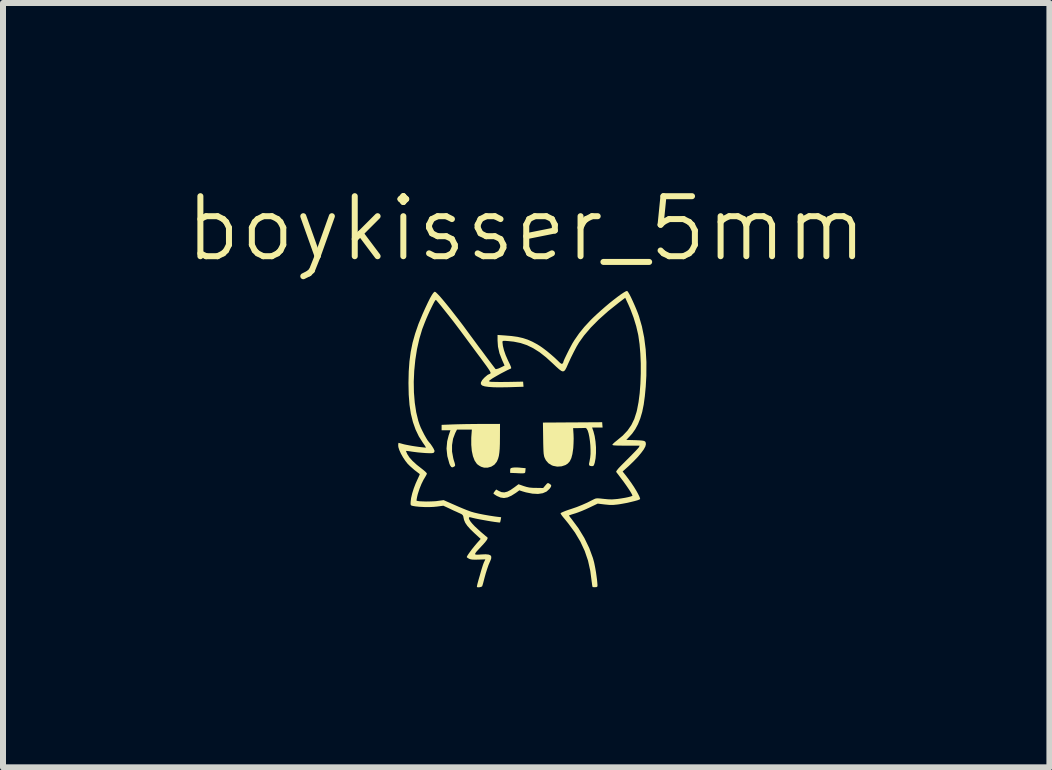
<source format=kicad_pcb>
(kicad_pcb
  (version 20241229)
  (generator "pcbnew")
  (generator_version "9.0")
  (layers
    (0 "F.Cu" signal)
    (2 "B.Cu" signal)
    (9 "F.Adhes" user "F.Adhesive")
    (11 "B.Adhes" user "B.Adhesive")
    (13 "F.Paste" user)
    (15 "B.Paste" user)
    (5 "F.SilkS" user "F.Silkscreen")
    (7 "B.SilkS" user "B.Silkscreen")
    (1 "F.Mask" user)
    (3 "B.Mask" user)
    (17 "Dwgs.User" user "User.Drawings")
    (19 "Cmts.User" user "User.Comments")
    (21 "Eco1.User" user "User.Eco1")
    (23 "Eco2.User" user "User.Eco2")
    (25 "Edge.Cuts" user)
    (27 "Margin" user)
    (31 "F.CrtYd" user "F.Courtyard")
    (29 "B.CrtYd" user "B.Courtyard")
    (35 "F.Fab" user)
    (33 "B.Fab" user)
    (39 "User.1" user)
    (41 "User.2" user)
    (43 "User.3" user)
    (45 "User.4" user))
  (footprint "boykisser_5mm"
    (layer "F.Cu")
    (at 5.717 4.261)
    (property "Reference" "boykisser_5mm" (at 0 -3.5 0) (unlocked yes) (layer "F.SilkS") (effects (font (size 1 1) (thickness 0.1))))
    (attr smd)
    (fp_poly (pts (xy 1.223 0.542) (xy 1.238 0.559) (xy 1.245 0.571) (xy 1.246 0.582) (xy 1.239 0.597) (xy 1.222 0.618) (xy 1.192 0.65) (xy 1.15 0.693) (xy 1.108 0.734) (xy 1.072 0.767) (xy 1.043 0.791) (xy 1.026 0.801) (xy 1.025 0.801) (xy 1.001 0.795) (xy 0.985 0.786) (xy 0.969 0.763) (xy 0.958 0.728) (xy 0.957 0.721) (xy 0.95 0.671) (xy 0.901 0.707) (xy 0.865 0.731) (xy 0.843 0.741) (xy 0.828 0.737) (xy 0.817 0.721) (xy 0.816 0.721) (xy 0.807 0.699) (xy 0.808 0.68) (xy 0.822 0.66) (xy 0.851 0.635) (xy 0.892 0.606) (xy 0.949 0.569) (xy 0.991 0.549) (xy 1.02 0.547) (xy 1.039 0.561) (xy 1.048 0.593) (xy 1.049 0.623) (xy 1.049 0.664) (xy 1.12 0.599) (xy 1.154 0.568) (xy 1.184 0.546) (xy 1.203 0.534) (xy 1.206 0.533)) (stroke (width 0) (type solid)) (fill yes) (layer "F.Mask"))
    (fp_poly (pts (xy -1.322 0.559) (xy -1.303 0.562) (xy -1.293 0.57) (xy -1.29 0.589) (xy -1.291 0.625) (xy -1.292 0.629) (xy -1.293 0.665) (xy -1.291 0.69) (xy -1.289 0.696) (xy -1.276 0.692) (xy -1.248 0.679) (xy -1.21 0.66) (xy -1.194 0.653) (xy -1.151 0.632) (xy -1.124 0.62) (xy -1.107 0.617) (xy -1.097 0.622) (xy -1.089 0.632) (xy -1.077 0.652) (xy -1.074 0.669) (xy -1.084 0.686) (xy -1.109 0.705) (xy -1.15 0.729) (xy -1.207 0.758) (xy -1.259 0.783) (xy -1.306 0.804) (xy -1.342 0.819) (xy -1.363 0.825) (xy -1.364 0.825) (xy -1.387 0.815) (xy -1.401 0.796) (xy -1.407 0.764) (xy -1.4 0.731) (xy -1.39 0.696) (xy -1.389 0.677) (xy -1.401 0.675) (xy -1.426 0.688) (xy -1.468 0.718) (xy -1.47 0.72) (xy -1.532 0.766) (xy -1.562 0.736) (xy -1.591 0.706) (xy -1.545 0.666) (xy -1.502 0.633) (xy -1.452 0.603) (xy -1.401 0.579) (xy -1.356 0.563) (xy -1.322 0.559)) (stroke (width 0) (type solid)) (fill yes) (layer "F.Mask"))
    (fp_poly (pts (xy -0.149 0.477) (xy -0.1 0.48) (xy -0.098 0.481) (xy -0.01 0.489) (xy -0.014 0.531) (xy -0.016 0.55) (xy -0.019 0.563) (xy -0.029 0.571) (xy -0.048 0.574) (xy -0.082 0.575) (xy -0.132 0.573) (xy -0.166 0.571) (xy -0.268 0.567) (xy -0.268 0.528) (xy -0.266 0.5) (xy -0.254 0.487) (xy -0.227 0.48) (xy -0.195 0.477)) (stroke (width 0) (type solid)) (fill yes) (layer "F.SilkS"))
    (fp_poly (pts (xy 0.372 0.739) (xy 0.389 0.749) (xy 0.411 0.766) (xy 0.417 0.782) (xy 0.409 0.803) (xy 0.388 0.833) (xy 0.339 0.878) (xy 0.275 0.906) (xy 0.196 0.918) (xy 0.103 0.913) (xy -0.004 0.892) (xy -0.06 0.876) (xy -0.115 0.858) (xy -0.172 0.9) (xy -0.247 0.947) (xy -0.312 0.976) (xy -0.371 0.986) (xy -0.428 0.978) (xy -0.486 0.953) (xy -0.487 0.953) (xy -0.519 0.933) (xy -0.541 0.917) (xy -0.547 0.909) (xy -0.54 0.895) (xy -0.524 0.873) (xy -0.524 0.872) (xy -0.5 0.844) (xy -0.455 0.869) (xy -0.411 0.888) (xy -0.365 0.892) (xy -0.316 0.88) (xy -0.26 0.851) (xy -0.194 0.805) (xy -0.19 0.802) (xy -0.129 0.756) (xy -0.044 0.786) (xy 0.005 0.801) (xy 0.052 0.811) (xy 0.105 0.816) (xy 0.161 0.817) (xy 0.282 0.819) (xy 0.32 0.774) (xy 0.343 0.748) (xy 0.358 0.737)) (stroke (width 0) (type solid)) (fill yes) (layer "F.SilkS"))
    (fp_poly (pts (xy -0.438 -0.018) (xy -0.439 0.083) (xy -0.442 0.165) (xy -0.448 0.231) (xy -0.456 0.284) (xy -0.468 0.328) (xy -0.484 0.367) (xy -0.494 0.386) (xy -0.531 0.431) (xy -0.582 0.463) (xy -0.642 0.48) (xy -0.703 0.48) (xy -0.752 0.465) (xy -0.788 0.444) (xy -0.819 0.421) (xy -0.824 0.415) (xy -0.86 0.362) (xy -0.888 0.289) (xy -0.907 0.201) (xy -0.916 0.1) (xy -0.916 -0.01) (xy -0.915 -0.035) (xy -0.906 -0.154) (xy -1.03 -0.154) (xy -1.154 -0.154) (xy -1.183 -0.097) (xy -1.219 -0.002) (xy -1.236 0.103) (xy -1.236 0.213) (xy -1.216 0.322) (xy -1.208 0.353) (xy -1.193 0.399) (xy -1.186 0.428) (xy -1.185 0.445) (xy -1.191 0.455) (xy -1.197 0.46) (xy -1.225 0.475) (xy -1.248 0.47) (xy -1.267 0.444) (xy -1.28 0.414) (xy -1.315 0.288) (xy -1.328 0.163) (xy -1.317 0.04) (xy -1.292 -0.058) (xy -1.263 -0.143) (xy -1.337 -0.143) (xy -1.41 -0.143) (xy -1.41 -0.188) (xy -1.41 -0.233) (xy -1.233 -0.24) (xy -1.17 -0.242) (xy -1.089 -0.244) (xy -0.997 -0.246) (xy -0.899 -0.247) (xy -0.801 -0.248) (xy -0.746 -0.248) (xy -0.437 -0.249)) (stroke (width 0) (type solid)) (fill yes) (layer "F.SilkS"))
    (fp_poly (pts (xy 1.268 -0.233) (xy 1.272 -0.189) (xy 1.184 -0.189) (xy 1.097 -0.189) (xy 1.12 -0.124) (xy 1.14 -0.046) (xy 1.154 0.045) (xy 1.162 0.141) (xy 1.162 0.237) (xy 1.155 0.325) (xy 1.141 0.399) (xy 1.139 0.405) (xy 1.128 0.437) (xy 1.116 0.452) (xy 1.098 0.455) (xy 1.09 0.455) (xy 1.062 0.45) (xy 1.047 0.438) (xy 1.046 0.413) (xy 1.055 0.372) (xy 1.055 0.37) (xy 1.065 0.316) (xy 1.071 0.252) (xy 1.071 0.181) (xy 1.068 0.108) (xy 1.061 0.036) (xy 1.051 -0.031) (xy 1.039 -0.09) (xy 1.024 -0.138) (xy 1.007 -0.169) (xy 0.989 -0.182) (xy 0.987 -0.182) (xy 0.966 -0.181) (xy 0.93 -0.18) (xy 0.884 -0.179) (xy 0.874 -0.179) (xy 0.781 -0.178) (xy 0.788 -0.07) (xy 0.79 -0.004) (xy 0.788 0.072) (xy 0.784 0.147) (xy 0.782 0.166) (xy 0.769 0.254) (xy 0.751 0.322) (xy 0.726 0.374) (xy 0.693 0.411) (xy 0.653 0.437) (xy 0.589 0.458) (xy 0.517 0.463) (xy 0.449 0.45) (xy 0.425 0.441) (xy 0.369 0.406) (xy 0.327 0.357) (xy 0.307 0.317) (xy 0.3 0.299) (xy 0.295 0.276) (xy 0.29 0.245) (xy 0.287 0.203) (xy 0.285 0.146) (xy 0.283 0.072) (xy 0.282 0) (xy 0.278 -0.271) (xy 0.62 -0.273) (xy 0.716 -0.274) (xy 0.814 -0.274) (xy 0.907 -0.275) (xy 0.991 -0.275) (xy 1.062 -0.276) (xy 1.113 -0.276) (xy 1.265 -0.277)) (stroke (width 0) (type solid)) (fill yes) (layer "F.SilkS"))
    (fp_poly (pts (xy 1.683 -2.463) (xy 1.698 -2.444) (xy 1.72 -2.407) (xy 1.746 -2.356) (xy 1.774 -2.296) (xy 1.804 -2.229) (xy 1.833 -2.161) (xy 1.859 -2.096) (xy 1.878 -2.043) (xy 1.927 -1.873) (xy 1.965 -1.687) (xy 1.99 -1.489) (xy 2.002 -1.281) (xy 2.001 -1.067) (xy 2.001 -1.052) (xy 1.991 -0.871) (xy 1.976 -0.712) (xy 1.957 -0.571) (xy 1.932 -0.448) (xy 1.9 -0.34) (xy 1.862 -0.245) (xy 1.817 -0.161) (xy 1.764 -0.086) (xy 1.722 -0.04) (xy 1.667 0.018) (xy 1.819 0.022) (xy 1.886 0.025) (xy 1.933 0.029) (xy 1.964 0.035) (xy 1.982 0.046) (xy 1.99 0.061) (xy 1.993 0.084) (xy 1.993 0.092) (xy 1.984 0.128) (xy 1.958 0.176) (xy 1.915 0.234) (xy 1.859 0.301) (xy 1.789 0.374) (xy 1.707 0.453) (xy 1.686 0.472) (xy 1.606 0.544) (xy 1.664 0.617) (xy 1.709 0.677) (xy 1.754 0.74) (xy 1.796 0.803) (xy 1.833 0.863) (xy 1.863 0.917) (xy 1.885 0.961) (xy 1.896 0.991) (xy 1.897 1.003) (xy 1.883 1.012) (xy 1.851 1.024) (xy 1.804 1.037) (xy 1.747 1.051) (xy 1.684 1.066) (xy 1.619 1.078) (xy 1.557 1.089) (xy 1.521 1.094) (xy 1.451 1.101) (xy 1.386 1.101) (xy 1.314 1.094) (xy 1.303 1.093) (xy 1.191 1.079) (xy 1.059 1.142) (xy 0.995 1.172) (xy 0.927 1.201) (xy 0.862 1.226) (xy 0.822 1.24) (xy 0.776 1.254) (xy 0.739 1.266) (xy 0.717 1.274) (xy 0.712 1.276) (xy 0.717 1.285) (xy 0.733 1.308) (xy 0.754 1.334) (xy 0.87 1.49) (xy 0.969 1.653) (xy 1.05 1.82) (xy 1.111 1.986) (xy 1.13 2.055) (xy 1.14 2.102) (xy 1.151 2.159) (xy 1.162 2.222) (xy 1.171 2.286) (xy 1.179 2.346) (xy 1.184 2.398) (xy 1.187 2.437) (xy 1.186 2.458) (xy 1.186 2.459) (xy 1.17 2.47) (xy 1.133 2.472) (xy 1.106 2.469) (xy 1.102 2.458) (xy 1.097 2.43) (xy 1.092 2.389) (xy 1.091 2.384) (xy 1.067 2.2) (xy 1.029 2.029) (xy 0.974 1.868) (xy 0.902 1.713) (xy 0.811 1.56) (xy 0.699 1.408) (xy 0.639 1.334) (xy 0.608 1.297) (xy 0.585 1.266) (xy 0.573 1.245) (xy 0.571 1.24) (xy 0.582 1.232) (xy 0.611 1.218) (xy 0.655 1.2) (xy 0.711 1.18) (xy 0.743 1.17) (xy 0.842 1.136) (xy 0.929 1.101) (xy 1.015 1.063) (xy 1.108 1.016) (xy 1.128 1.006) (xy 1.148 0.997) (xy 1.168 0.992) (xy 1.195 0.991) (xy 1.234 0.994) (xy 1.289 1) (xy 1.364 1.007) (xy 1.428 1.009) (xy 1.494 1.004) (xy 1.525 1.001) (xy 1.586 0.992) (xy 1.646 0.982) (xy 1.699 0.971) (xy 1.74 0.96) (xy 1.765 0.951) (xy 1.769 0.948) (xy 1.766 0.936) (xy 1.751 0.907) (xy 1.727 0.867) (xy 1.694 0.817) (xy 1.656 0.762) (xy 1.614 0.703) (xy 1.592 0.675) (xy 1.559 0.631) (xy 1.53 0.592) (xy 1.508 0.564) (xy 1.499 0.551) (xy 1.5 0.54) (xy 1.513 0.521) (xy 1.538 0.49) (xy 1.578 0.448) (xy 1.634 0.392) (xy 1.675 0.351) (xy 1.73 0.296) (xy 1.78 0.245) (xy 1.822 0.202) (xy 1.854 0.167) (xy 1.873 0.145) (xy 1.876 0.14) (xy 1.889 0.114) (xy 1.661 0.114) (xy 1.579 0.113) (xy 1.518 0.112) (xy 1.475 0.11) (xy 1.448 0.107) (xy 1.436 0.102) (xy 1.434 0.099) (xy 1.443 0.086) (xy 1.466 0.063) (xy 1.499 0.036) (xy 1.507 0.03) (xy 1.608 -0.054) (xy 1.688 -0.139) (xy 1.751 -0.23) (xy 1.8 -0.331) (xy 1.837 -0.446) (xy 1.846 -0.483) (xy 1.871 -0.613) (xy 1.89 -0.761) (xy 1.902 -0.921) (xy 1.908 -1.088) (xy 1.908 -1.256) (xy 1.901 -1.42) (xy 1.888 -1.576) (xy 1.868 -1.717) (xy 1.864 -1.739) (xy 1.832 -1.876) (xy 1.788 -2.02) (xy 1.735 -2.161) (xy 1.703 -2.234) (xy 1.649 -2.35) (xy 1.544 -2.27) (xy 1.366 -2.128) (xy 1.21 -1.989) (xy 1.075 -1.853) (xy 0.962 -1.72) (xy 0.879 -1.604) (xy 0.838 -1.535) (xy 0.793 -1.449) (xy 0.745 -1.353) (xy 0.699 -1.253) (xy 0.693 -1.239) (xy 0.67 -1.187) (xy 0.65 -1.15) (xy 0.631 -1.129) (xy 0.609 -1.123) (xy 0.582 -1.133) (xy 0.547 -1.159) (xy 0.5 -1.201) (xy 0.445 -1.253) (xy 0.33 -1.358) (xy 0.222 -1.443) (xy 0.117 -1.509) (xy 0.013 -1.56) (xy -0.094 -1.596) (xy -0.208 -1.619) (xy -0.294 -1.628) (xy -0.343 -1.632) (xy -0.373 -1.633) (xy -0.389 -1.63) (xy -0.395 -1.623) (xy -0.396 -1.61) (xy -0.396 -1.609) (xy -0.389 -1.549) (xy -0.371 -1.476) (xy -0.343 -1.395) (xy -0.307 -1.313) (xy -0.301 -1.3) (xy -0.274 -1.245) (xy -0.258 -1.208) (xy -0.251 -1.185) (xy -0.252 -1.174) (xy -0.256 -1.171) (xy -0.281 -1.16) (xy -0.321 -1.141) (xy -0.371 -1.115) (xy -0.425 -1.087) (xy -0.478 -1.057) (xy -0.525 -1.03) (xy -0.562 -1.008) (xy -0.569 -1.003) (xy -0.602 -0.98) (xy -0.618 -0.967) (xy -0.618 -0.959) (xy -0.607 -0.953) (xy -0.605 -0.953) (xy -0.586 -0.95) (xy -0.547 -0.949) (xy -0.492 -0.948) (xy -0.426 -0.947) (xy -0.351 -0.948) (xy -0.315 -0.948) (xy -0.052 -0.953) (xy -0.049 -0.911) (xy -0.045 -0.868) (xy -0.294 -0.86) (xy -0.427 -0.858) (xy -0.537 -0.859) (xy -0.625 -0.865) (xy -0.69 -0.874) (xy -0.733 -0.888) (xy -0.735 -0.889) (xy -0.756 -0.911) (xy -0.755 -0.941) (xy -0.734 -0.979) (xy -0.699 -1.018) (xy -0.667 -1.046) (xy -0.641 -1.067) (xy -0.625 -1.075) (xy -0.624 -1.075) (xy -0.604 -1.084) (xy -0.595 -1.092) (xy -0.594 -1.1) (xy -0.599 -1.115) (xy -0.612 -1.139) (xy -0.635 -1.174) (xy -0.668 -1.221) (xy -0.713 -1.282) (xy -0.77 -1.36) (xy -0.778 -1.37) (xy -0.837 -1.449) (xy -0.898 -1.532) (xy -0.959 -1.614) (xy -1.015 -1.69) (xy -1.064 -1.756) (xy -1.092 -1.794) (xy -1.126 -1.839) (xy -1.168 -1.895) (xy -1.216 -1.958) (xy -1.268 -2.024) (xy -1.321 -2.091) (xy -1.372 -2.155) (xy -1.418 -2.213) (xy -1.458 -2.261) (xy -1.488 -2.297) (xy -1.504 -2.315) (xy -1.513 -2.31) (xy -1.529 -2.286) (xy -1.55 -2.247) (xy -1.576 -2.195) (xy -1.605 -2.135) (xy -1.635 -2.069) (xy -1.665 -2) (xy -1.693 -1.931) (xy -1.718 -1.866) (xy -1.733 -1.827) (xy -1.781 -1.666) (xy -1.82 -1.494) (xy -1.848 -1.315) (xy -1.866 -1.133) (xy -1.874 -0.951) (xy -1.871 -0.773) (xy -1.857 -0.602) (xy -1.833 -0.443) (xy -1.798 -0.299) (xy -1.778 -0.24) (xy -1.758 -0.189) (xy -1.73 -0.131) (xy -1.7 -0.072) (xy -1.669 -0.017) (xy -1.642 0.027) (xy -1.624 0.05) (xy -1.593 0.087) (xy -1.565 0.128) (xy -1.542 0.166) (xy -1.529 0.196) (xy -1.527 0.205) (xy -1.537 0.228) (xy -1.552 0.236) (xy -1.576 0.239) (xy -1.619 0.239) (xy -1.674 0.237) (xy -1.738 0.232) (xy -1.805 0.226) (xy -1.869 0.218) (xy -1.906 0.213) (xy -1.95 0.206) (xy -1.983 0.202) (xy -2.001 0.201) (xy -2.003 0.201) (xy -2 0.213) (xy -1.989 0.238) (xy -1.982 0.254) (xy -1.946 0.31) (xy -1.894 0.368) (xy -1.824 0.432) (xy -1.759 0.483) (xy -1.717 0.516) (xy -1.683 0.545) (xy -1.662 0.567) (xy -1.655 0.578) (xy -1.662 0.598) (xy -1.677 0.624) (xy -1.677 0.625) (xy -1.711 0.681) (xy -1.746 0.752) (xy -1.777 0.829) (xy -1.802 0.905) (xy -1.807 0.921) (xy -1.818 0.967) (xy -1.825 1.004) (xy -1.828 1.026) (xy -1.827 1.03) (xy -1.81 1.035) (xy -1.775 1.04) (xy -1.726 1.042) (xy -1.67 1.044) (xy -1.61 1.043) (xy -1.552 1.041) (xy -1.501 1.038) (xy -1.481 1.035) (xy -1.376 1.021) (xy -1.192 1.102) (xy -1.124 1.132) (xy -1.055 1.161) (xy -0.993 1.186) (xy -0.942 1.205) (xy -0.921 1.213) (xy -0.865 1.229) (xy -0.792 1.246) (xy -0.707 1.263) (xy -0.616 1.279) (xy -0.525 1.293) (xy -0.486 1.298) (xy -0.418 1.306) (xy -0.425 1.348) (xy -0.431 1.376) (xy -0.436 1.392) (xy -0.436 1.393) (xy -0.45 1.394) (xy -0.482 1.39) (xy -0.529 1.384) (xy -0.587 1.375) (xy -0.652 1.364) (xy -0.719 1.352) (xy -0.784 1.34) (xy -0.844 1.328) (xy -0.895 1.316) (xy -0.93 1.307) (xy -0.951 1.307) (xy -0.956 1.32) (xy -0.948 1.345) (xy -0.927 1.379) (xy -0.894 1.419) (xy -0.852 1.463) (xy -0.845 1.469) (xy -0.803 1.508) (xy -0.759 1.548) (xy -0.718 1.583) (xy -0.684 1.612) (xy -0.662 1.63) (xy -0.657 1.633) (xy -0.645 1.644) (xy -0.644 1.66) (xy -0.655 1.683) (xy -0.68 1.716) (xy -0.72 1.762) (xy -0.741 1.784) (xy -0.792 1.839) (xy -0.828 1.878) (xy -0.848 1.905) (xy -0.852 1.921) (xy -0.842 1.928) (xy -0.816 1.93) (xy -0.775 1.928) (xy -0.749 1.926) (xy -0.677 1.923) (xy -0.626 1.928) (xy -0.595 1.941) (xy -0.582 1.964) (xy -0.585 1.999) (xy -0.604 2.046) (xy -0.607 2.052) (xy -0.628 2.101) (xy -0.651 2.167) (xy -0.675 2.243) (xy -0.697 2.323) (xy -0.706 2.358) (xy -0.717 2.4) (xy -0.727 2.435) (xy -0.734 2.455) (xy -0.734 2.456) (xy -0.75 2.466) (xy -0.776 2.472) (xy -0.804 2.474) (xy -0.821 2.469) (xy -0.822 2.467) (xy -0.821 2.454) (xy -0.815 2.424) (xy -0.805 2.386) (xy -0.792 2.339) (xy -0.775 2.281) (xy -0.758 2.22) (xy -0.753 2.202) (xy -0.737 2.15) (xy -0.721 2.1) (xy -0.707 2.062) (xy -0.702 2.051) (xy -0.681 2.008) (xy -0.8 2.012) (xy -0.86 2.013) (xy -0.903 2.011) (xy -0.934 2.005) (xy -0.954 1.997) (xy -0.979 1.982) (xy -0.991 1.97) (xy -0.991 1.969) (xy -0.984 1.952) (xy -0.965 1.922) (xy -0.937 1.883) (xy -0.904 1.838) (xy -0.867 1.792) (xy -0.831 1.749) (xy -0.827 1.744) (xy -0.759 1.667) (xy -0.865 1.57) (xy -0.932 1.505) (xy -0.982 1.449) (xy -1.016 1.399) (xy -1.036 1.352) (xy -1.044 1.317) (xy -1.05 1.288) (xy -1.06 1.269) (xy -1.079 1.254) (xy -1.115 1.237) (xy -1.118 1.236) (xy -1.159 1.217) (xy -1.213 1.193) (xy -1.267 1.167) (xy -1.282 1.16) (xy -1.381 1.114) (xy -1.484 1.128) (xy -1.546 1.134) (xy -1.621 1.137) (xy -1.701 1.136) (xy -1.779 1.132) (xy -1.847 1.125) (xy -1.888 1.118) (xy -1.912 1.112) (xy -1.924 1.102) (xy -1.927 1.082) (xy -1.926 1.049) (xy -1.918 0.985) (xy -1.9 0.909) (xy -1.874 0.826) (xy -1.843 0.745) (xy -1.817 0.687) (xy -1.797 0.644) (xy -1.782 0.611) (xy -1.774 0.59) (xy -1.774 0.587) (xy -1.863 0.519) (xy -1.937 0.454) (xy -1.977 0.414) (xy -2.016 0.364) (xy -2.054 0.307) (xy -2.088 0.246) (xy -2.114 0.189) (xy -2.13 0.139) (xy -2.133 0.113) (xy -2.132 0.084) (xy -2.128 0.068) (xy -2.127 0.067) (xy -2.114 0.07) (xy -2.084 0.078) (xy -2.044 0.089) (xy -2.037 0.091) (xy -2.004 0.098) (xy -1.958 0.107) (xy -1.904 0.117) (xy -1.846 0.126) (xy -1.79 0.134) (xy -1.739 0.14) (xy -1.699 0.144) (xy -1.675 0.146) (xy -1.671 0.145) (xy -1.676 0.135) (xy -1.691 0.11) (xy -1.714 0.077) (xy -1.721 0.067) (xy -1.789 -0.04) (xy -1.844 -0.155) (xy -1.888 -0.28) (xy -1.922 -0.417) (xy -1.945 -0.568) (xy -1.958 -0.736) (xy -1.962 -0.924) (xy -1.962 -0.935) (xy -1.958 -1.12) (xy -1.946 -1.289) (xy -1.925 -1.447) (xy -1.894 -1.6) (xy -1.851 -1.753) (xy -1.797 -1.91) (xy -1.728 -2.077) (xy -1.684 -2.175) (xy -1.64 -2.269) (xy -1.603 -2.343) (xy -1.572 -2.397) (xy -1.548 -2.432) (xy -1.529 -2.449) (xy -1.522 -2.451) (xy -1.506 -2.442) (xy -1.478 -2.415) (xy -1.438 -2.373) (xy -1.389 -2.316) (xy -1.332 -2.247) (xy -1.268 -2.168) (xy -1.198 -2.078) (xy -1.123 -1.982) (xy -1.045 -1.879) (xy -0.966 -1.771) (xy -0.93 -1.722) (xy -0.906 -1.69) (xy -0.873 -1.645) (xy -0.833 -1.591) (xy -0.789 -1.531) (xy -0.741 -1.468) (xy -0.693 -1.403) (xy -0.647 -1.341) (xy -0.604 -1.284) (xy -0.567 -1.235) (xy -0.538 -1.197) (xy -0.519 -1.172) (xy -0.512 -1.163) (xy -0.496 -1.162) (xy -0.463 -1.172) (xy -0.431 -1.186) (xy -0.396 -1.203) (xy -0.371 -1.216) (xy -0.361 -1.222) (xy -0.366 -1.232) (xy -0.378 -1.259) (xy -0.395 -1.297) (xy -0.402 -1.312) (xy -0.446 -1.425) (xy -0.471 -1.536) (xy -0.478 -1.639) (xy -0.478 -1.731) (xy -0.364 -1.723) (xy -0.245 -1.713) (xy -0.144 -1.699) (xy -0.056 -1.679) (xy 0.024 -1.653) (xy 0.101 -1.619) (xy 0.181 -1.576) (xy 0.231 -1.545) (xy 0.282 -1.509) (xy 0.344 -1.462) (xy 0.409 -1.408) (xy 0.471 -1.354) (xy 0.524 -1.304) (xy 0.535 -1.293) (xy 0.566 -1.263) (xy 0.587 -1.25) (xy 0.6 -1.25) (xy 0.602 -1.252) (xy 0.616 -1.271) (xy 0.618 -1.279) (xy 0.623 -1.297) (xy 0.637 -1.33) (xy 0.659 -1.376) (xy 0.685 -1.429) (xy 0.713 -1.485) (xy 0.742 -1.54) (xy 0.769 -1.59) (xy 0.793 -1.629) (xy 0.8 -1.641) (xy 0.881 -1.758) (xy 0.968 -1.865) (xy 1.067 -1.972) (xy 1.109 -2.014) (xy 1.175 -2.076) (xy 1.245 -2.139) (xy 1.317 -2.202) (xy 1.388 -2.262) (xy 1.457 -2.317) (xy 1.521 -2.366) (xy 1.577 -2.407) (xy 1.624 -2.438) (xy 1.659 -2.458) (xy 1.68 -2.464)) (stroke (width 0) (type solid)) (fill yes) (layer "F.SilkS")))
  (gr_rect
    (start -3 -3)
    (end 14.433 9.734)
    (stroke (width 0.1) (type default))
    (fill no)
    (layer "Edge.Cuts")))
</source>
